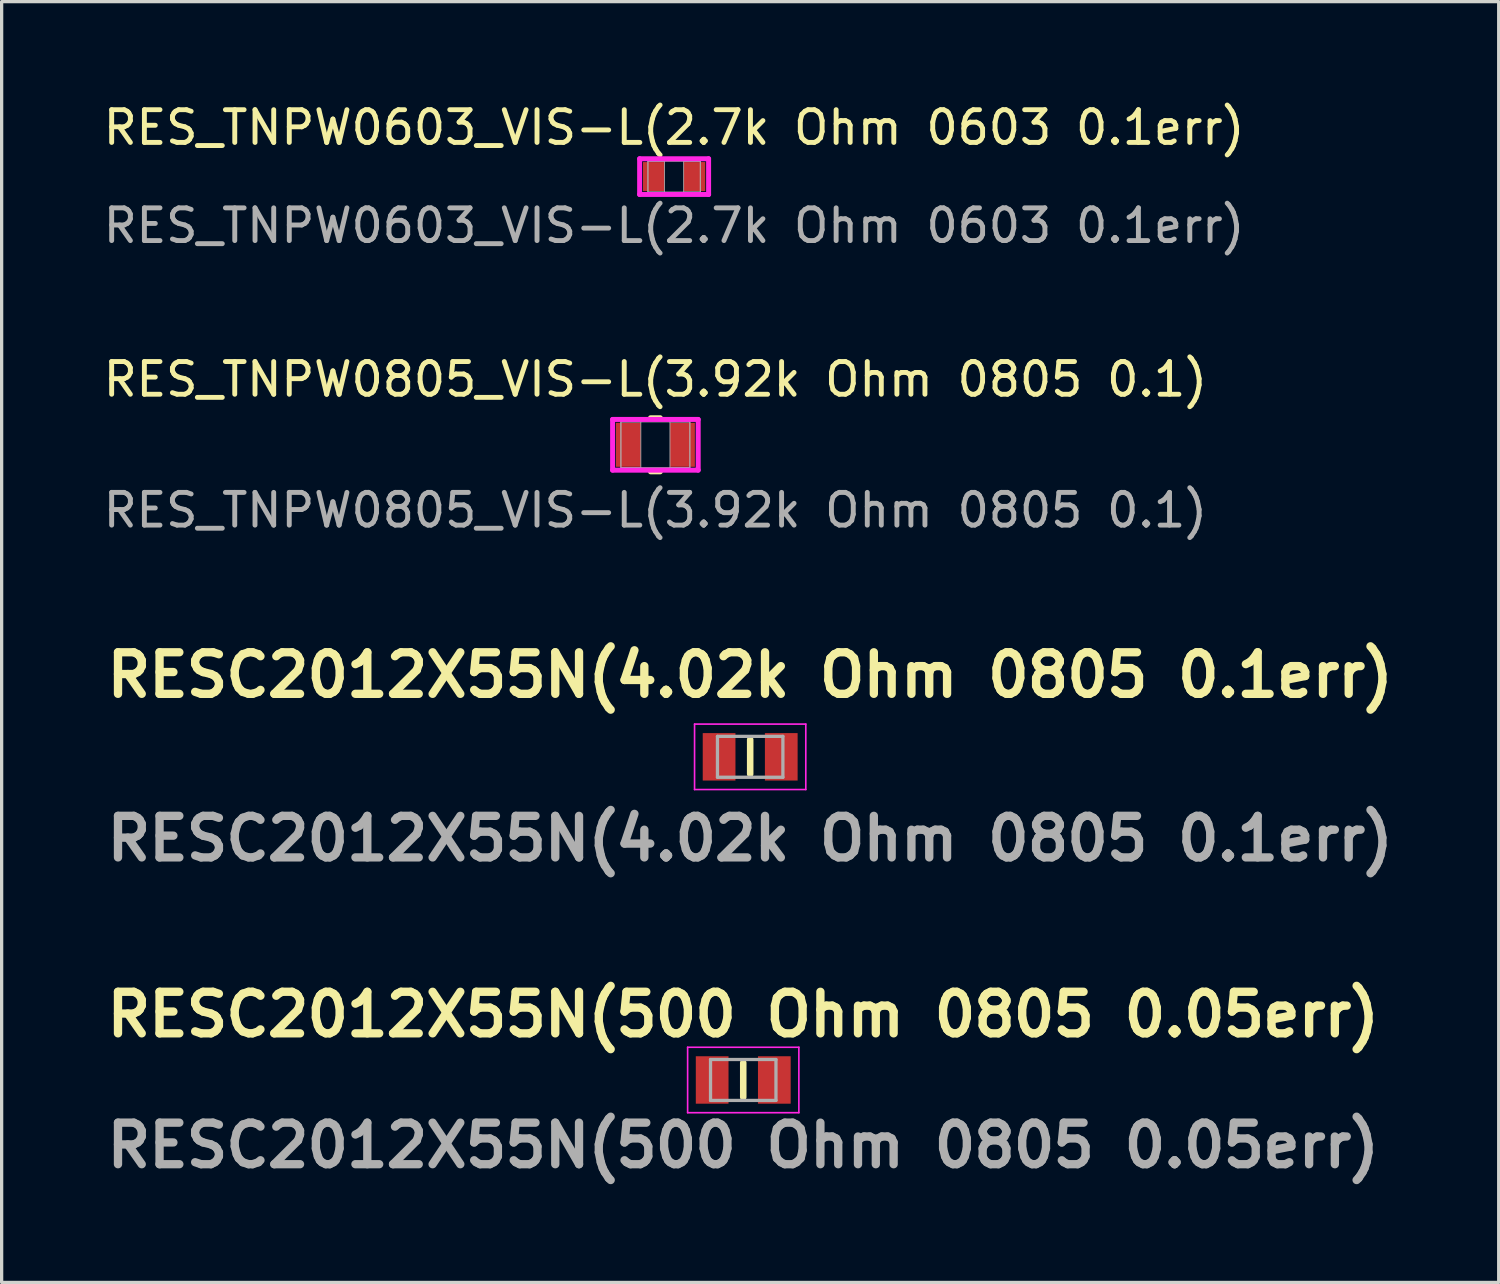
<source format=kicad_pcb>
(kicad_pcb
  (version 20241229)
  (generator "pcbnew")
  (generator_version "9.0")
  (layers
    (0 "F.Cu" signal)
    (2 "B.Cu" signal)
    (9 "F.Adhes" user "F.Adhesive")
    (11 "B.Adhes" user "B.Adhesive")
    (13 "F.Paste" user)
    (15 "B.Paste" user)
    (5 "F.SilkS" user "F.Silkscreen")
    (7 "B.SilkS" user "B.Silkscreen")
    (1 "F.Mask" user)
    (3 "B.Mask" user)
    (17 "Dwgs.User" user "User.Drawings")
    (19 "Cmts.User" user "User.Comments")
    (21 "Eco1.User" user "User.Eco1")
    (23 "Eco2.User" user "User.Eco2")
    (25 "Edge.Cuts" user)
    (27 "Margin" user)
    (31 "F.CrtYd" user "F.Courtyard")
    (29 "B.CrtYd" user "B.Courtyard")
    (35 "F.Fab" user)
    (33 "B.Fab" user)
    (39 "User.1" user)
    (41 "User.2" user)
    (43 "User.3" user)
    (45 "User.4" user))
  (footprint "RES_TNPW0603_VIS-L(2.7k Ohm 0603 0.1err)"
    (layer "F.Cu")
    (at 17.554 2.348)
    (property "Reference" "RES_TNPW0603_VIS-L(2.7k Ohm 0603 0.1err)" (at 0 -1.5 0) (unlocked yes) (layer "F.SilkS") (effects (font (size 1 1) (thickness 0.15))))
    (attr smd)
    (fp_line (start -1.054 -0.546) (end 1.054 -0.546) (stroke (width 0.152) (type solid)) (layer "F.CrtYd"))
    (fp_line (start -1.054 0.546) (end -1.054 -0.546) (stroke (width 0.152) (type solid)) (layer "F.CrtYd"))
    (fp_line (start 1.054 -0.546) (end 1.054 0.546) (stroke (width 0.152) (type solid)) (layer "F.CrtYd"))
    (fp_line (start 1.054 0.546) (end -1.054 0.546) (stroke (width 0.152) (type solid)) (layer "F.CrtYd"))
    (fp_line (start -0.8 -0.47) (end -0.8 0.47) (stroke (width 0.025) (type solid)) (layer "F.Fab"))
    (fp_line (start -0.8 -0.47) (end -0.8 0.47) (stroke (width 0.025) (type solid)) (layer "F.Fab"))
    (fp_line (start -0.8 0.47) (end -0.292 0.47) (stroke (width 0.025) (type solid)) (layer "F.Fab"))
    (fp_line (start -0.8 0.47) (end 0.8 0.47) (stroke (width 0.025) (type solid)) (layer "F.Fab"))
    (fp_line (start -0.292 -0.47) (end -0.8 -0.47) (stroke (width 0.025) (type solid)) (layer "F.Fab"))
    (fp_line (start -0.292 0.47) (end -0.292 -0.47) (stroke (width 0.025) (type solid)) (layer "F.Fab"))
    (fp_line (start 0.292 -0.47) (end 0.292 0.47) (stroke (width 0.025) (type solid)) (layer "F.Fab"))
    (fp_line (start 0.292 0.47) (end 0.8 0.47) (stroke (width 0.025) (type solid)) (layer "F.Fab"))
    (fp_line (start 0.8 -0.47) (end -0.8 -0.47) (stroke (width 0.025) (type solid)) (layer "F.Fab"))
    (fp_line (start 0.8 -0.47) (end 0.292 -0.47) (stroke (width 0.025) (type solid)) (layer "F.Fab"))
    (fp_line (start 0.8 0.47) (end 0.8 -0.47) (stroke (width 0.025) (type solid)) (layer "F.Fab"))
    (fp_line (start 0.8 0.47) (end 0.8 -0.47) (stroke (width 0.025) (type solid)) (layer "F.Fab"))
    (fp_text user "${REFERENCE}" (at 0 1.5 0) (unlocked yes) (layer "F.Fab") (effects (font (size 1 1) (thickness 0.15))))
    (pad "1" smd rect (at -0.622 0) (size 0.66 0.889) (layers "F.Cu" "F.Mask" "F.Paste"))
    (pad "2" smd rect (at 0.622 0) (size 0.66 0.889) (layers "F.Cu" "F.Mask" "F.Paste"))
    (zone (net_name "") (layer "F.Cu") (hatch full 0.508) (connect_pads) (min_thickness 0.254) (filled_areas_thickness no) (keepout (tracks not_allowed) (vias not_allowed) (pads allowed) (copperpour not_allowed) (footprints allowed)) (placement (enabled no)) (fill) (polygon (pts (xy 17.312 1.929) (xy 17.795 1.929) (xy 17.795 2.767) (xy 17.312 2.767)))))
  (footprint "RESC2012X55N(500 Ohm 0805 0.05err)"
    (layer "F.Cu")
    (at 19.667 29.959)
    (property "Reference" "RESC2012X55N(500 Ohm 0805 0.05err)" (at 0 -2 0) (layer "F.SilkS") (effects (font (size 1.27 1.27) (thickness 0.254))))
    (attr smd)
    (fp_line (start 0 -0.525) (end 0 0.525) (stroke (width 0.2) (type solid)) (layer "F.SilkS"))
    (fp_line (start -1.7 -1) (end 1.7 -1) (stroke (width 0.05) (type solid)) (layer "F.CrtYd"))
    (fp_line (start -1.7 1) (end -1.7 -1) (stroke (width 0.05) (type solid)) (layer "F.CrtYd"))
    (fp_line (start 1.7 -1) (end 1.7 1) (stroke (width 0.05) (type solid)) (layer "F.CrtYd"))
    (fp_line (start 1.7 1) (end -1.7 1) (stroke (width 0.05) (type solid)) (layer "F.CrtYd"))
    (fp_line (start -1 -0.625) (end 1 -0.625) (stroke (width 0.1) (type solid)) (layer "F.Fab"))
    (fp_line (start -1 0.625) (end -1 -0.625) (stroke (width 0.1) (type solid)) (layer "F.Fab"))
    (fp_line (start 1 -0.625) (end 1 0.625) (stroke (width 0.1) (type solid)) (layer "F.Fab"))
    (fp_line (start 1 0.625) (end -1 0.625) (stroke (width 0.1) (type solid)) (layer "F.Fab"))
    (fp_text user "${REFERENCE}" (at 0 2 0) (layer "F.Fab") (effects (font (size 1.27 1.27) (thickness 0.254))))
    (pad "1" smd rect (at -0.95 0) (size 1 1.45) (layers "F.Cu" "F.Mask" "F.Paste"))
    (pad "2" smd rect (at 0.95 0) (size 1 1.45) (layers "F.Cu" "F.Mask" "F.Paste")))
  (footprint "RES_TNPW0805_VIS-L(3.92k Ohm 0805 0.1)"
    (layer "F.Cu")
    (at 16.982 10.545)
    (property "Reference" "RES_TNPW0805_VIS-L(3.92k Ohm 0805 0.1)" (at 0 -2 0) (unlocked yes) (layer "F.SilkS") (effects (font (size 1 1) (thickness 0.15))))
    (attr smd)
    (fp_line (start -0.149 0.826) (end 0.149 0.826) (stroke (width 0.152) (type solid)) (layer "F.SilkS"))
    (fp_line (start 0.149 -0.826) (end -0.149 -0.826) (stroke (width 0.152) (type solid)) (layer "F.SilkS"))
    (fp_line (start -1.308 -0.775) (end 1.308 -0.775) (stroke (width 0.152) (type solid)) (layer "F.CrtYd"))
    (fp_line (start -1.308 0.775) (end -1.308 -0.775) (stroke (width 0.152) (type solid)) (layer "F.CrtYd"))
    (fp_line (start 1.308 -0.775) (end 1.308 0.775) (stroke (width 0.152) (type solid)) (layer "F.CrtYd"))
    (fp_line (start 1.308 0.775) (end -1.308 0.775) (stroke (width 0.152) (type solid)) (layer "F.CrtYd"))
    (fp_line (start -1.054 -0.699) (end -1.054 0.699) (stroke (width 0.025) (type solid)) (layer "F.Fab"))
    (fp_line (start -1.054 -0.699) (end -1.054 0.699) (stroke (width 0.025) (type solid)) (layer "F.Fab"))
    (fp_line (start -1.054 0.699) (end -0.445 0.699) (stroke (width 0.025) (type solid)) (layer "F.Fab"))
    (fp_line (start -1.054 0.699) (end 1.054 0.699) (stroke (width 0.025) (type solid)) (layer "F.Fab"))
    (fp_line (start -0.445 -0.699) (end -1.054 -0.699) (stroke (width 0.025) (type solid)) (layer "F.Fab"))
    (fp_line (start -0.445 0.699) (end -0.445 -0.699) (stroke (width 0.025) (type solid)) (layer "F.Fab"))
    (fp_line (start 0.445 -0.699) (end 0.445 0.699) (stroke (width 0.025) (type solid)) (layer "F.Fab"))
    (fp_line (start 0.445 0.699) (end 1.054 0.699) (stroke (width 0.025) (type solid)) (layer "F.Fab"))
    (fp_line (start 1.054 -0.699) (end -1.054 -0.699) (stroke (width 0.025) (type solid)) (layer "F.Fab"))
    (fp_line (start 1.054 -0.699) (end 0.445 -0.699) (stroke (width 0.025) (type solid)) (layer "F.Fab"))
    (fp_line (start 1.054 0.699) (end 1.054 -0.699) (stroke (width 0.025) (type solid)) (layer "F.Fab"))
    (fp_line (start 1.054 0.699) (end 1.054 -0.699) (stroke (width 0.025) (type solid)) (layer "F.Fab"))
    (fp_text user "${REFERENCE}" (at 0 2 0) (unlocked yes) (layer "F.Fab") (effects (font (size 1 1) (thickness 0.15))))
    (pad "1" smd rect (at -0.826 0) (size 0.762 1.346) (layers "F.Cu" "F.Mask" "F.Paste"))
    (pad "2" smd rect (at 0.826 0) (size 0.762 1.346) (layers "F.Cu" "F.Mask" "F.Paste"))
    (zone (net_name "") (layer "F.Cu") (hatch full 0.508) (connect_pads) (min_thickness 0.254) (filled_areas_thickness no) (keepout (tracks not_allowed) (vias not_allowed) (pads allowed) (copperpour not_allowed) (footprints allowed)) (placement (enabled no)) (fill) (polygon (pts (xy 16.588 9.897) (xy 17.376 9.897) (xy 17.376 11.192) (xy 16.588 11.192)))))
  (footprint "RESC2012X55N(4.02k Ohm 0805 0.1err)"
    (layer "F.Cu")
    (at 19.879 20.082)
    (property "Reference" "RESC2012X55N(4.02k Ohm 0805 0.1err)" (at 0 -2.5 0) (layer "F.SilkS") (effects (font (size 1.27 1.27) (thickness 0.254))))
    (attr smd)
    (fp_line (start 0 -0.525) (end 0 0.525) (stroke (width 0.2) (type solid)) (layer "F.SilkS"))
    (fp_line (start -1.7 -1) (end 1.7 -1) (stroke (width 0.05) (type solid)) (layer "F.CrtYd"))
    (fp_line (start -1.7 1) (end -1.7 -1) (stroke (width 0.05) (type solid)) (layer "F.CrtYd"))
    (fp_line (start 1.7 -1) (end 1.7 1) (stroke (width 0.05) (type solid)) (layer "F.CrtYd"))
    (fp_line (start 1.7 1) (end -1.7 1) (stroke (width 0.05) (type solid)) (layer "F.CrtYd"))
    (fp_line (start -1 -0.625) (end 1 -0.625) (stroke (width 0.1) (type solid)) (layer "F.Fab"))
    (fp_line (start -1 0.625) (end -1 -0.625) (stroke (width 0.1) (type solid)) (layer "F.Fab"))
    (fp_line (start 1 -0.625) (end 1 0.625) (stroke (width 0.1) (type solid)) (layer "F.Fab"))
    (fp_line (start 1 0.625) (end -1 0.625) (stroke (width 0.1) (type solid)) (layer "F.Fab"))
    (fp_text user "${REFERENCE}" (at 0 2.5 0) (layer "F.Fab") (effects (font (size 1.27 1.27) (thickness 0.254))))
    (pad "1" smd rect (at -0.95 0) (size 1 1.45) (layers "F.Cu" "F.Mask" "F.Paste"))
    (pad "2" smd rect (at 0.95 0) (size 1 1.45) (layers "F.Cu" "F.Mask" "F.Paste")))
  (gr_rect
    (start -3 -3)
    (end 42.757 36.148)
    (stroke (width 0.1) (type default))
    (fill no)
    (layer "Edge.Cuts")))
</source>
